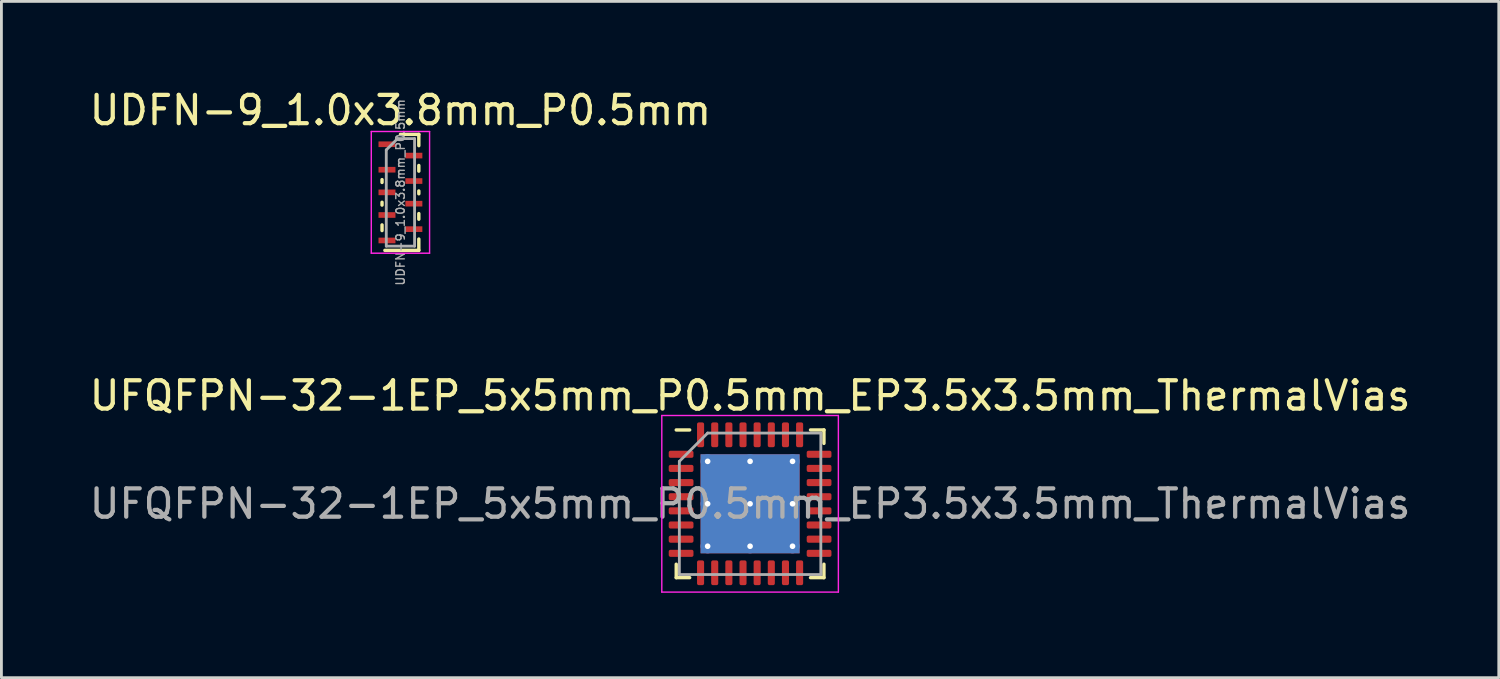
<source format=kicad_pcb>
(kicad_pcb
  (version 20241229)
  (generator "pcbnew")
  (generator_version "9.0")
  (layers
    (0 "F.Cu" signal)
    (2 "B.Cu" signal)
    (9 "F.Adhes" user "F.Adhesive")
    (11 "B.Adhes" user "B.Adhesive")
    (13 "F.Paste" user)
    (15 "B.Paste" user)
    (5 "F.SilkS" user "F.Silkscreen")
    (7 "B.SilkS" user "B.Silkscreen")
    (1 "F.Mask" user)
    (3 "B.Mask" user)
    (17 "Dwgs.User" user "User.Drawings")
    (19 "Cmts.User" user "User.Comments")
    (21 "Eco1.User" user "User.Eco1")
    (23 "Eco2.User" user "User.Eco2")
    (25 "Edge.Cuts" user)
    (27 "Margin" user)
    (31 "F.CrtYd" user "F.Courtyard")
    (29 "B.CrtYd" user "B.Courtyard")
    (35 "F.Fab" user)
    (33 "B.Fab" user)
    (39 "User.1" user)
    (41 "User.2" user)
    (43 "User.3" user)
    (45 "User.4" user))
  (footprint "UFQFPN-32-1EP_5x5mm_P0.5mm_EP3.5x3.5mm_ThermalVias"
    (layer "F.Cu")
    (at 23.458 14.754)
    (property "Reference" "UFQFPN-32-1EP_5x5mm_P0.5mm_EP3.5x3.5mm_ThermalVias" (at 0 -3.82 0) (layer "F.SilkS") (effects (font (size 1 1) (thickness 0.15))))
    (attr smd)
    (fp_line (start -2.61 2.61) (end -2.61 2.135) (stroke (width 0.12) (type solid)) (layer "F.SilkS"))
    (fp_line (start -2.135 -2.61) (end -2.61 -2.61) (stroke (width 0.12) (type solid)) (layer "F.SilkS"))
    (fp_line (start -2.135 2.61) (end -2.61 2.61) (stroke (width 0.12) (type solid)) (layer "F.SilkS"))
    (fp_line (start 2.135 -2.61) (end 2.61 -2.61) (stroke (width 0.12) (type solid)) (layer "F.SilkS"))
    (fp_line (start 2.135 2.61) (end 2.61 2.61) (stroke (width 0.12) (type solid)) (layer "F.SilkS"))
    (fp_line (start 2.61 -2.61) (end 2.61 -2.135) (stroke (width 0.12) (type solid)) (layer "F.SilkS"))
    (fp_line (start 2.61 2.61) (end 2.61 2.135) (stroke (width 0.12) (type solid)) (layer "F.SilkS"))
    (fp_line (start -3.12 -3.12) (end -3.12 3.12) (stroke (width 0.05) (type solid)) (layer "F.CrtYd"))
    (fp_line (start -3.12 3.12) (end 3.12 3.12) (stroke (width 0.05) (type solid)) (layer "F.CrtYd"))
    (fp_line (start 3.12 -3.12) (end -3.12 -3.12) (stroke (width 0.05) (type solid)) (layer "F.CrtYd"))
    (fp_line (start 3.12 3.12) (end 3.12 -3.12) (stroke (width 0.05) (type solid)) (layer "F.CrtYd"))
    (fp_line (start -2.5 -1.5) (end -1.5 -2.5) (stroke (width 0.1) (type solid)) (layer "F.Fab"))
    (fp_line (start -2.5 2.5) (end -2.5 -1.5) (stroke (width 0.1) (type solid)) (layer "F.Fab"))
    (fp_line (start -1.5 -2.5) (end 2.5 -2.5) (stroke (width 0.1) (type solid)) (layer "F.Fab"))
    (fp_line (start 2.5 -2.5) (end 2.5 2.5) (stroke (width 0.1) (type solid)) (layer "F.Fab"))
    (fp_line (start 2.5 2.5) (end -2.5 2.5) (stroke (width 0.1) (type solid)) (layer "F.Fab"))
    (fp_text user "${REFERENCE}" (at 0 0 0) (layer "F.Fab") (effects (font (size 1 1) (thickness 0.15))))
    (pad "" smd roundrect (at -0.875 -0.875) (size 1.41 1.41) (layers "F.Paste") (roundrect_rratio 0.177))
    (pad "" smd roundrect (at -0.875 0.875) (size 1.41 1.41) (layers "F.Paste") (roundrect_rratio 0.177))
    (pad "" smd roundrect (at 0.875 -0.875) (size 1.41 1.41) (layers "F.Paste") (roundrect_rratio 0.177))
    (pad "" smd roundrect (at 0.875 0.875) (size 1.41 1.41) (layers "F.Paste") (roundrect_rratio 0.177))
    (pad "1" smd roundrect (at -2.438 -1.75) (size 0.875 0.25) (layers "F.Cu" "F.Mask" "F.Paste") (roundrect_rratio 0.25))
    (pad "2" smd roundrect (at -2.438 -1.25) (size 0.875 0.25) (layers "F.Cu" "F.Mask" "F.Paste") (roundrect_rratio 0.25))
    (pad "3" smd roundrect (at -2.438 -0.75) (size 0.875 0.25) (layers "F.Cu" "F.Mask" "F.Paste") (roundrect_rratio 0.25))
    (pad "4" smd roundrect (at -2.438 -0.25) (size 0.875 0.25) (layers "F.Cu" "F.Mask" "F.Paste") (roundrect_rratio 0.25))
    (pad "5" smd roundrect (at -2.438 0.25) (size 0.875 0.25) (layers "F.Cu" "F.Mask" "F.Paste") (roundrect_rratio 0.25))
    (pad "6" smd roundrect (at -2.438 0.75) (size 0.875 0.25) (layers "F.Cu" "F.Mask" "F.Paste") (roundrect_rratio 0.25))
    (pad "7" smd roundrect (at -2.438 1.25) (size 0.875 0.25) (layers "F.Cu" "F.Mask" "F.Paste") (roundrect_rratio 0.25))
    (pad "8" smd roundrect (at -2.438 1.75) (size 0.875 0.25) (layers "F.Cu" "F.Mask" "F.Paste") (roundrect_rratio 0.25))
    (pad "9" smd roundrect (at -1.75 2.438) (size 0.25 0.875) (layers "F.Cu" "F.Mask" "F.Paste") (roundrect_rratio 0.25))
    (pad "10" smd roundrect (at -1.25 2.438) (size 0.25 0.875) (layers "F.Cu" "F.Mask" "F.Paste") (roundrect_rratio 0.25))
    (pad "11" smd roundrect (at -0.75 2.438) (size 0.25 0.875) (layers "F.Cu" "F.Mask" "F.Paste") (roundrect_rratio 0.25))
    (pad "12" smd roundrect (at -0.25 2.438) (size 0.25 0.875) (layers "F.Cu" "F.Mask" "F.Paste") (roundrect_rratio 0.25))
    (pad "13" smd roundrect (at 0.25 2.438) (size 0.25 0.875) (layers "F.Cu" "F.Mask" "F.Paste") (roundrect_rratio 0.25))
    (pad "14" smd roundrect (at 0.75 2.438) (size 0.25 0.875) (layers "F.Cu" "F.Mask" "F.Paste") (roundrect_rratio 0.25))
    (pad "15" smd roundrect (at 1.25 2.438) (size 0.25 0.875) (layers "F.Cu" "F.Mask" "F.Paste") (roundrect_rratio 0.25))
    (pad "16" smd roundrect (at 1.75 2.438) (size 0.25 0.875) (layers "F.Cu" "F.Mask" "F.Paste") (roundrect_rratio 0.25))
    (pad "17" smd roundrect (at 2.438 1.75) (size 0.875 0.25) (layers "F.Cu" "F.Mask" "F.Paste") (roundrect_rratio 0.25))
    (pad "18" smd roundrect (at 2.438 1.25) (size 0.875 0.25) (layers "F.Cu" "F.Mask" "F.Paste") (roundrect_rratio 0.25))
    (pad "19" smd roundrect (at 2.438 0.75) (size 0.875 0.25) (layers "F.Cu" "F.Mask" "F.Paste") (roundrect_rratio 0.25))
    (pad "20" smd roundrect (at 2.438 0.25) (size 0.875 0.25) (layers "F.Cu" "F.Mask" "F.Paste") (roundrect_rratio 0.25))
    (pad "21" smd roundrect (at 2.438 -0.25) (size 0.875 0.25) (layers "F.Cu" "F.Mask" "F.Paste") (roundrect_rratio 0.25))
    (pad "22" smd roundrect (at 2.438 -0.75) (size 0.875 0.25) (layers "F.Cu" "F.Mask" "F.Paste") (roundrect_rratio 0.25))
    (pad "23" smd roundrect (at 2.438 -1.25) (size 0.875 0.25) (layers "F.Cu" "F.Mask" "F.Paste") (roundrect_rratio 0.25))
    (pad "24" smd roundrect (at 2.438 -1.75) (size 0.875 0.25) (layers "F.Cu" "F.Mask" "F.Paste") (roundrect_rratio 0.25))
    (pad "25" smd roundrect (at 1.75 -2.438) (size 0.25 0.875) (layers "F.Cu" "F.Mask" "F.Paste") (roundrect_rratio 0.25))
    (pad "26" smd roundrect (at 1.25 -2.438) (size 0.25 0.875) (layers "F.Cu" "F.Mask" "F.Paste") (roundrect_rratio 0.25))
    (pad "27" smd roundrect (at 0.75 -2.438) (size 0.25 0.875) (layers "F.Cu" "F.Mask" "F.Paste") (roundrect_rratio 0.25))
    (pad "28" smd roundrect (at 0.25 -2.438) (size 0.25 0.875) (layers "F.Cu" "F.Mask" "F.Paste") (roundrect_rratio 0.25))
    (pad "29" smd roundrect (at -0.25 -2.438) (size 0.25 0.875) (layers "F.Cu" "F.Mask" "F.Paste") (roundrect_rratio 0.25))
    (pad "30" smd roundrect (at -0.75 -2.438) (size 0.25 0.875) (layers "F.Cu" "F.Mask" "F.Paste") (roundrect_rratio 0.25))
    (pad "31" smd roundrect (at -1.25 -2.438) (size 0.25 0.875) (layers "F.Cu" "F.Mask" "F.Paste") (roundrect_rratio 0.25))
    (pad "32" smd roundrect (at -1.75 -2.438) (size 0.25 0.875) (layers "F.Cu" "F.Mask" "F.Paste") (roundrect_rratio 0.25))
    (pad "33" thru_hole circle (at -1.5 -1.5) (size 0.5 0.5) (drill 0.2) (layers "*.Cu"))
    (pad "33" thru_hole circle (at -1.5 0) (size 0.5 0.5) (drill 0.2) (layers "*.Cu"))
    (pad "33" thru_hole circle (at -1.5 1.5) (size 0.5 0.5) (drill 0.2) (layers "*.Cu"))
    (pad "33" thru_hole circle (at 0 -1.5) (size 0.5 0.5) (drill 0.2) (layers "*.Cu"))
    (pad "33" thru_hole circle (at 0 0) (size 0.5 0.5) (drill 0.2) (layers "*.Cu"))
    (pad "33" smd rect (at 0 0) (size 3.5 3.5) (layers "F.Cu" "F.Mask"))
    (pad "33" smd rect (at 0 0) (size 3.5 3.5) (layers "B.Cu"))
    (pad "33" thru_hole circle (at 0 1.5) (size 0.5 0.5) (drill 0.2) (layers "*.Cu"))
    (pad "33" thru_hole circle (at 1.5 -1.5) (size 0.5 0.5) (drill 0.2) (layers "*.Cu"))
    (pad "33" thru_hole circle (at 1.5 0) (size 0.5 0.5) (drill 0.2) (layers "*.Cu"))
    (pad "33" thru_hole circle (at 1.5 1.5) (size 0.5 0.5) (drill 0.2) (layers "*.Cu")))
  (footprint "UDFN-9_1.0x3.8mm_P0.5mm"
    (layer "F.Cu")
    (at 11.101 3.748)
    (property "Reference" "UDFN-9_1.0x3.8mm_P0.5mm" (at 0 -2.9 0) (layer "F.SilkS") (effects (font (size 1 1) (thickness 0.15))))
    (attr smd)
    (fp_line (start -0.65 -0.45) (end -0.65 -0.35) (stroke (width 0.12) (type solid)) (layer "F.SilkS"))
    (fp_line (start -0.65 0.35) (end -0.65 0.45) (stroke (width 0.12) (type solid)) (layer "F.SilkS"))
    (fp_line (start -0.65 1.15) (end -0.65 1.35) (stroke (width 0.12) (type solid)) (layer "F.SilkS"))
    (fp_line (start 0.65 -2.05) (end 0 -2.05) (stroke (width 0.12) (type solid)) (layer "F.SilkS"))
    (fp_line (start 0.65 -1.65) (end 0.65 -2.05) (stroke (width 0.12) (type solid)) (layer "F.SilkS"))
    (fp_line (start 0.65 -0.95) (end 0.65 -0.75) (stroke (width 0.12) (type solid)) (layer "F.SilkS"))
    (fp_line (start 0.65 -0.05) (end 0.65 0.05) (stroke (width 0.12) (type solid)) (layer "F.SilkS"))
    (fp_line (start 0.65 0.75) (end 0.65 0.95) (stroke (width 0.12) (type solid)) (layer "F.SilkS"))
    (fp_line (start 0.65 1.65) (end 0.65 2.05) (stroke (width 0.12) (type solid)) (layer "F.SilkS"))
    (fp_line (start 0.65 2.05) (end -0.55 2.05) (stroke (width 0.12) (type solid)) (layer "F.SilkS"))
    (fp_line (start -1.03 -2.15) (end -1.03 2.15) (stroke (width 0.05) (type solid)) (layer "F.CrtYd"))
    (fp_line (start -1.03 2.15) (end 1.03 2.15) (stroke (width 0.05) (type solid)) (layer "F.CrtYd"))
    (fp_line (start 1.03 -2.15) (end -1.03 -2.15) (stroke (width 0.05) (type solid)) (layer "F.CrtYd"))
    (fp_line (start 1.03 2.15) (end 1.03 -2.15) (stroke (width 0.05) (type solid)) (layer "F.CrtYd"))
    (fp_line (start -0.5 -1.5) (end -0.5 1.9) (stroke (width 0.1) (type solid)) (layer "F.Fab"))
    (fp_line (start -0.5 1.9) (end 0.5 1.9) (stroke (width 0.1) (type solid)) (layer "F.Fab"))
    (fp_line (start -0.1 -1.9) (end -0.5 -1.5) (stroke (width 0.1) (type solid)) (layer "F.Fab"))
    (fp_line (start 0.5 -1.9) (end -0.1 -1.9) (stroke (width 0.1) (type solid)) (layer "F.Fab"))
    (fp_line (start 0.5 1.9) (end 0.5 -1.9) (stroke (width 0.1) (type solid)) (layer "F.Fab"))
    (fp_text user "${REFERENCE}" (at 0 0 90) (layer "F.Fab") (effects (font (size 0.3 0.3) (thickness 0.05))))
    (pad "1" smd rect (at -0.475 -1.7) (size 0.6 0.2) (layers "F.Cu" "F.Mask" "F.Paste"))
    (pad "2" smd rect (at -0.475 -0.8) (size 0.6 0.2) (layers "F.Cu" "F.Mask" "F.Paste"))
    (pad "3" smd rect (at -0.475 0) (size 0.6 0.2) (layers "F.Cu" "F.Mask" "F.Paste"))
    (pad "4" smd rect (at -0.475 0.8) (size 0.6 0.2) (layers "F.Cu" "F.Mask" "F.Paste"))
    (pad "5" smd rect (at -0.475 1.7) (size 0.6 0.2) (layers "F.Cu" "F.Mask" "F.Paste"))
    (pad "6" smd rect (at 0.475 1.3) (size 0.6 0.2) (layers "F.Cu" "F.Mask" "F.Paste"))
    (pad "7" smd rect (at 0.475 0.4) (size 0.6 0.2) (layers "F.Cu" "F.Mask" "F.Paste"))
    (pad "8" smd rect (at 0.475 -0.4) (size 0.6 0.2) (layers "F.Cu" "F.Mask" "F.Paste"))
    (pad "9" smd rect (at 0.475 -1.3) (size 0.6 0.2) (layers "F.Cu" "F.Mask" "F.Paste")))
  (gr_rect
    (start -3 -3)
    (end 49.917 20.899)
    (stroke (width 0.1) (type default))
    (fill no)
    (layer "Edge.Cuts")))
</source>
